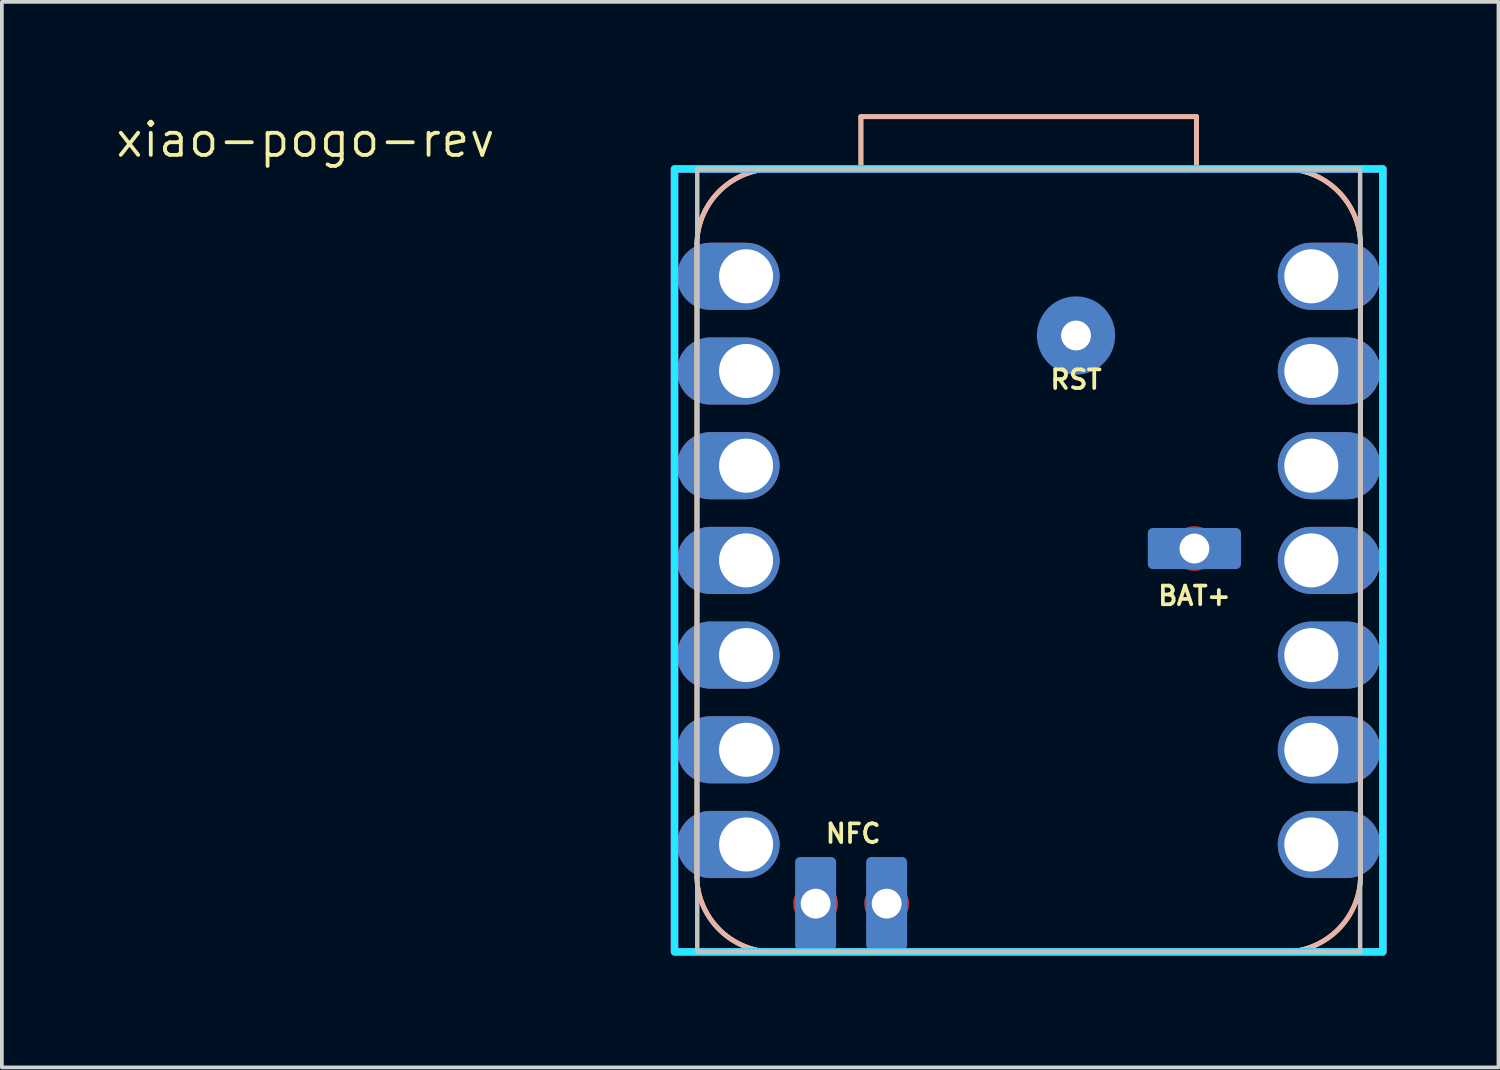
<source format=kicad_pcb>
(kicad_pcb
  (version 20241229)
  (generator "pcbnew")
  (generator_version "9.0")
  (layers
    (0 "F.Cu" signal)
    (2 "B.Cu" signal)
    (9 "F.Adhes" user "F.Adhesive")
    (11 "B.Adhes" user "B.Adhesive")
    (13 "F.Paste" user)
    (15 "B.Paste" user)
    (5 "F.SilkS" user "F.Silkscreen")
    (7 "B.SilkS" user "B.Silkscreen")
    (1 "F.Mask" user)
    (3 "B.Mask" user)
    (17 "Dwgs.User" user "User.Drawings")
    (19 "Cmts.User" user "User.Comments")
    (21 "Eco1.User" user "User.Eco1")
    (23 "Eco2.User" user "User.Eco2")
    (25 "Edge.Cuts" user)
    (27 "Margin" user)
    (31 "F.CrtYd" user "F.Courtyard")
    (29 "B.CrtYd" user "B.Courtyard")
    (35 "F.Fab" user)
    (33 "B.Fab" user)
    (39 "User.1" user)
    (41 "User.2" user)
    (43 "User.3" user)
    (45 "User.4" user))
  (footprint "xiao-pogo-rev"
    (layer "F.Cu")
    (at 24.542 11.981)
    (property "Reference" "xiao-pogo-rev" (at -19.399 -11.283 0) (layer "F.SilkS") (effects (font (size 0.889 0.889) (thickness 0.102))))
    (attr through_hole exclude_from_pos_files)
    (fp_line (start -8.9 -8.5) (end -8.9 8.5) (stroke (width 0.127) (type solid)) (layer "F.SilkS"))
    (fp_line (start -6.9 -10.5) (end -4.5 -10.5) (stroke (width 0.127) (type default)) (layer "F.SilkS"))
    (fp_line (start -6.9 10.5) (end 6.9 10.5) (stroke (width 0.127) (type solid)) (layer "F.SilkS"))
    (fp_line (start -4.5 -11.9) (end 4.5 -11.9) (stroke (width 0.127) (type default)) (layer "F.SilkS"))
    (fp_line (start -4.5 -10.5) (end -4.5 -11.9) (stroke (width 0.127) (type default)) (layer "F.SilkS"))
    (fp_line (start 4.5 -11.9) (end 4.5 -10.5) (stroke (width 0.127) (type default)) (layer "F.SilkS"))
    (fp_line (start 4.5 -10.5) (end 6.9 -10.5) (stroke (width 0.127) (type default)) (layer "F.SilkS"))
    (fp_line (start 8.9 8.5) (end 8.9 -8.5) (stroke (width 0.127) (type solid)) (layer "F.SilkS"))
    (fp_arc (start -8.9 -8.5) (mid -8.3 -9.9) (end -6.9 -10.5) (stroke (width 0.127) (type solid)) (layer "F.SilkS"))
    (fp_arc (start -6.9 10.5) (mid -8.3 9.9) (end -8.9 8.5) (stroke (width 0.127) (type solid)) (layer "F.SilkS"))
    (fp_arc (start 6.9 -10.5) (mid 8.3 -9.9) (end 8.9 -8.5) (stroke (width 0.127) (type solid)) (layer "F.SilkS"))
    (fp_arc (start 8.9 8.5) (mid 8.3 9.9) (end 6.9 10.5) (stroke (width 0.127) (type solid)) (layer "F.SilkS"))
    (fp_line (start -8.9 8.5) (end -8.9 -8.5) (stroke (width 0.127) (type solid)) (layer "B.SilkS"))
    (fp_line (start -4.5 -11.9) (end -4.5 -10.5) (stroke (width 0.127) (type default)) (layer "B.SilkS"))
    (fp_line (start -4.5 -10.5) (end -6.9 -10.5) (stroke (width 0.127) (type default)) (layer "B.SilkS"))
    (fp_line (start 4.5 -11.9) (end -4.5 -11.9) (stroke (width 0.127) (type default)) (layer "B.SilkS"))
    (fp_line (start 4.5 -10.5) (end 4.5 -11.9) (stroke (width 0.127) (type default)) (layer "B.SilkS"))
    (fp_line (start 6.9 -10.5) (end 4.5 -10.5) (stroke (width 0.127) (type default)) (layer "B.SilkS"))
    (fp_line (start 6.9 10.5) (end -6.9 10.5) (stroke (width 0.127) (type solid)) (layer "B.SilkS"))
    (fp_line (start 8.9 -8.5) (end 8.9 8.5) (stroke (width 0.127) (type solid)) (layer "B.SilkS"))
    (fp_arc (start -8.9 -8.5) (mid -8.3 -9.9) (end -6.9 -10.5) (stroke (width 0.127) (type solid)) (layer "B.SilkS"))
    (fp_arc (start -6.899999 10.5) (mid -8.3 9.9) (end -8.9 8.5) (stroke (width 0.127) (type solid)) (layer "B.SilkS"))
    (fp_arc (start 6.9 -10.499999) (mid 8.300001 -9.899999) (end 8.900001 -8.499999) (stroke (width 0.127) (type solid)) (layer "B.SilkS"))
    (fp_arc (start 8.9 8.5) (mid 8.3 9.9) (end 6.9 10.499998) (stroke (width 0.127) (type solid)) (layer "B.SilkS"))
    (fp_rect (start -8.89 10.5) (end 8.89 -10.5) (stroke (width 0.12) (type solid)) (fill no) (layer "Dwgs.User"))
    (fp_rect (start -9.5 -10.5) (end 9.5 10.5) (stroke (width 0.2) (type solid)) (fill no) (layer "B.CrtYd"))
    (fp_rect (start -9.5 -10.5) (end 9.5 10.5) (stroke (width 0.2) (type solid)) (fill no) (layer "F.CrtYd"))
    (fp_text user "RST" (at 1.27 -4.85 0) (unlocked yes) (layer "F.SilkS") (effects (font (size 0.5 0.5) (thickness 0.1))))
    (fp_text user "NFC" (at -5.5 7.62 0) (unlocked yes) (layer "F.SilkS") (effects (font (size 0.5 0.5) (thickness 0.1) (bold yes)) (justify left bottom)))
    (fp_text user "BAT+" (at 4.445 0.95 0) (unlocked yes) (layer "F.SilkS") (effects (font (size 0.5 0.5) (thickness 0.1))))
    (pad "3V3" thru_hole oval (at -7.581 -2.54) (size 2.75 1.8) (drill 1.45 (offset -0.475 0)) (layers "*.Cu" "*.Mask"))
    (pad "5V" thru_hole oval (at -7.581 -7.62) (size 2.75 1.8) (drill 1.45 (offset -0.475 0)) (layers "*.Cu" "*.Mask"))
    (pad "BAT_P" thru_hole circle (at 4.445 -0.318) (size 1.2 1.2) (drill 0.8) (layers "*.Cu" "*.Mask") (remove_unused_layers yes) (keep_end_layers yes) (zone_layer_connections) (padstack (mode custom) (layer "B.Cu" (shape roundrect) (size 2.5 1.1) (roundrect_rratio 0.119))))
    (pad "GND" thru_hole oval (at -7.581 -5.08) (size 2.75 1.8) (drill 1.45 (offset -0.475 0)) (layers "*.Cu" "*.Mask"))
    (pad "NFC1" thru_hole circle (at -3.81 9.207 270) (size 1.2 1.2) (drill 0.8) (layers "*.Cu" "*.Mask") (remove_unused_layers yes) (keep_end_layers yes) (zone_layer_connections) (padstack (mode custom) (layer "B.Cu" (shape roundrect) (size 2.5 1.1) (roundrect_rratio 0.119))))
    (pad "NFC2" thru_hole circle (at -5.715 9.207 270) (size 1.2 1.2) (drill 0.8) (layers "*.Cu" "*.Mask") (remove_unused_layers yes) (keep_end_layers yes) (zone_layer_connections) (padstack (mode custom) (layer "B.Cu" (shape roundrect) (size 2.5 1.1) (roundrect_rratio 0.119))))
    (pad "P0" thru_hole oval (at 7.581 -7.62 180) (size 2.75 1.8) (drill 1.45 (offset -0.475 0)) (layers "*.Cu" "*.Mask"))
    (pad "P1" thru_hole oval (at 7.581 -5.08 180) (size 2.75 1.8) (drill 1.45 (offset -0.475 0)) (layers "*.Cu" "*.Mask"))
    (pad "P2" thru_hole oval (at 7.581 -2.54 180) (size 2.75 1.8) (drill 1.45 (offset -0.475 0)) (layers "*.Cu" "*.Mask"))
    (pad "P3" thru_hole oval (at 7.581 0 180) (size 2.75 1.8) (drill 1.45 (offset -0.475 0)) (layers "*.Cu" "*.Mask"))
    (pad "P4" thru_hole oval (at 7.581 2.54 180) (size 2.75 1.8) (drill 1.45 (offset -0.475 0)) (layers "*.Cu" "*.Mask"))
    (pad "P5" thru_hole oval (at 7.581 5.08 180) (size 2.75 1.8) (drill 1.45 (offset -0.475 0)) (layers "*.Cu" "*.Mask"))
    (pad "P6" thru_hole oval (at 7.581 7.62 180) (size 2.75 1.8) (drill 1.45 (offset -0.475 0)) (layers "*.Cu" "*.Mask"))
    (pad "P7" thru_hole oval (at -7.581 7.62) (size 2.75 1.8) (drill 1.45 (offset -0.475 0)) (layers "*.Cu" "*.Mask"))
    (pad "P8" thru_hole oval (at -7.581 5.08) (size 2.75 1.8) (drill 1.45 (offset -0.475 0)) (layers "*.Cu" "*.Mask"))
    (pad "P9" thru_hole oval (at -7.581 2.54) (size 2.75 1.8) (drill 1.45 (offset -0.475 0)) (layers "*.Cu" "*.Mask"))
    (pad "P10" thru_hole oval (at -7.581 0) (size 2.75 1.8) (drill 1.45 (offset -0.475 0)) (layers "*.Cu" "*.Mask"))
    (pad "RST" thru_hole circle (at 1.27 -6.032) (size 1.2 1.2) (drill 0.8) (layers "*.Cu" "*.Mask") (remove_unused_layers yes) (keep_end_layers yes) (zone_layer_connections) (padstack (mode custom) (layer "B.Cu" (shape circle) (size 2.1 2.1)))))
  (gr_rect
    (start -3 -3)
    (end 37.142 25.581)
    (stroke (width 0.1) (type default))
    (fill no)
    (layer "Edge.Cuts")))
</source>
